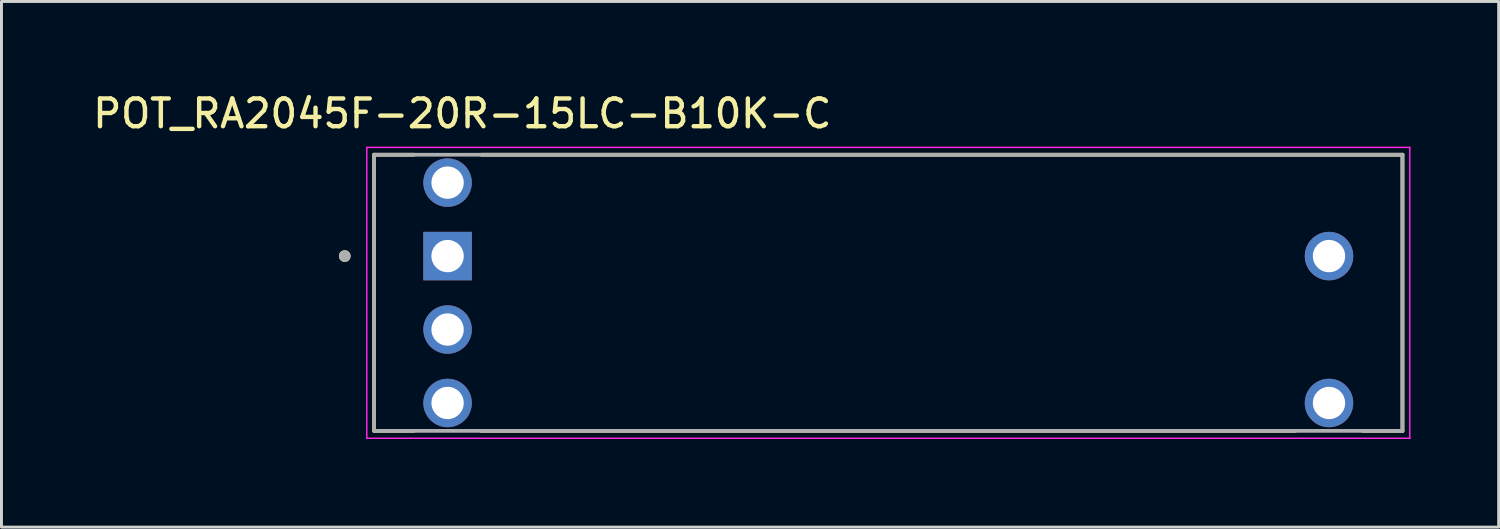
<source format=kicad_pcb>
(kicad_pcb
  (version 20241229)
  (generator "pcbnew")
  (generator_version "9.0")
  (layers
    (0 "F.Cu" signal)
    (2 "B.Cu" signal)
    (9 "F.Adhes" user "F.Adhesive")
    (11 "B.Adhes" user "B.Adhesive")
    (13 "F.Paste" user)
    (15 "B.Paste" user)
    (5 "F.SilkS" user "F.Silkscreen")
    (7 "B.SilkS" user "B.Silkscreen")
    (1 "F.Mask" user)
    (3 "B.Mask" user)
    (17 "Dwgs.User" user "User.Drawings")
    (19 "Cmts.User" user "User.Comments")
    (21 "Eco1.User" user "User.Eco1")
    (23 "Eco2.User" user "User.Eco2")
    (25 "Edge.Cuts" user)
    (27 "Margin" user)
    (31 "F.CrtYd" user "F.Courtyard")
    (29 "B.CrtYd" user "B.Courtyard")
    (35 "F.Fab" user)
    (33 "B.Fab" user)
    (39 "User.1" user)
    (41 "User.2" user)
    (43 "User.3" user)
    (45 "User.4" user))
  (footprint "POT_RA2045F-20R-15LC-B10K-C"
    (layer "F.Cu")
    (at 27.184 6.916)
    (property "Reference" "POT_RA2045F-20R-15LC-B10K-C" (at -14.5 -6.1 0) (layer "F.SilkS") (effects (font (size 0.945 0.945) (thickness 0.15))))
    (attr through_hole)
    (fp_line (start -17.5 -4.7) (end -16.145 -4.7) (stroke (width 0.127) (type solid)) (layer "F.SilkS"))
    (fp_line (start -17.5 4.7) (end -17.5 -4.7) (stroke (width 0.127) (type solid)) (layer "F.SilkS"))
    (fp_line (start -16.145 4.7) (end -17.5 4.7) (stroke (width 0.127) (type solid)) (layer "F.SilkS"))
    (fp_line (start -13.855 -4.7) (end 17.5 -4.7) (stroke (width 0.127) (type solid)) (layer "F.SilkS"))
    (fp_line (start 13.855 4.7) (end -13.855 4.7) (stroke (width 0.127) (type solid)) (layer "F.SilkS"))
    (fp_line (start 17.5 -4.7) (end 17.5 4.7) (stroke (width 0.127) (type solid)) (layer "F.SilkS"))
    (fp_line (start 17.5 4.7) (end 16.145 4.7) (stroke (width 0.127) (type solid)) (layer "F.SilkS"))
    (fp_circle (center -18.5 -1.25) (end -18.4 -1.25) (stroke (width 0.2) (type solid)) (fill no) (layer "F.SilkS"))
    (fp_line (start -17.75 -4.95) (end 17.75 -4.95) (stroke (width 0.05) (type solid)) (layer "F.CrtYd"))
    (fp_line (start -17.75 4.95) (end -17.75 -4.95) (stroke (width 0.05) (type solid)) (layer "F.CrtYd"))
    (fp_line (start 17.75 -4.95) (end 17.75 4.95) (stroke (width 0.05) (type solid)) (layer "F.CrtYd"))
    (fp_line (start 17.75 4.95) (end -17.75 4.95) (stroke (width 0.05) (type solid)) (layer "F.CrtYd"))
    (fp_line (start -17.5 -4.7) (end 17.5 -4.7) (stroke (width 0.127) (type solid)) (layer "F.Fab"))
    (fp_line (start -17.5 4.7) (end -17.5 -4.7) (stroke (width 0.127) (type solid)) (layer "F.Fab"))
    (fp_line (start 17.5 -4.7) (end 17.5 4.7) (stroke (width 0.127) (type solid)) (layer "F.Fab"))
    (fp_line (start 17.5 4.7) (end -17.5 4.7) (stroke (width 0.127) (type solid)) (layer "F.Fab"))
    (fp_circle (center -18.5 -1.25) (end -18.4 -1.25) (stroke (width 0.2) (type solid)) (fill no) (layer "F.Fab"))
    (pad "1" thru_hole rect (at -15 -1.25) (size 1.65 1.65) (drill 1.1) (layers "*.Cu" "*.Mask"))
    (pad "2" thru_hole circle (at -15 -3.75) (size 1.65 1.65) (drill 1.1) (layers "*.Cu" "*.Mask"))
    (pad "3" thru_hole circle (at 15 -1.25) (size 1.65 1.65) (drill 1.1) (layers "*.Cu" "*.Mask"))
    (pad "B" thru_hole circle (at 15 3.75) (size 1.65 1.65) (drill 1.1) (layers "*.Cu" "*.Mask"))
    (pad "E" thru_hole circle (at -15 3.75) (size 1.65 1.65) (drill 1.1) (layers "*.Cu" "*.Mask"))
    (pad "L" thru_hole circle (at -15 1.25) (size 1.65 1.65) (drill 1.1) (layers "*.Cu" "*.Mask")))
  (gr_rect
    (start -3 -3)
    (end 47.959 14.891)
    (stroke (width 0.1) (type default))
    (fill no)
    (layer "Edge.Cuts")))
</source>
